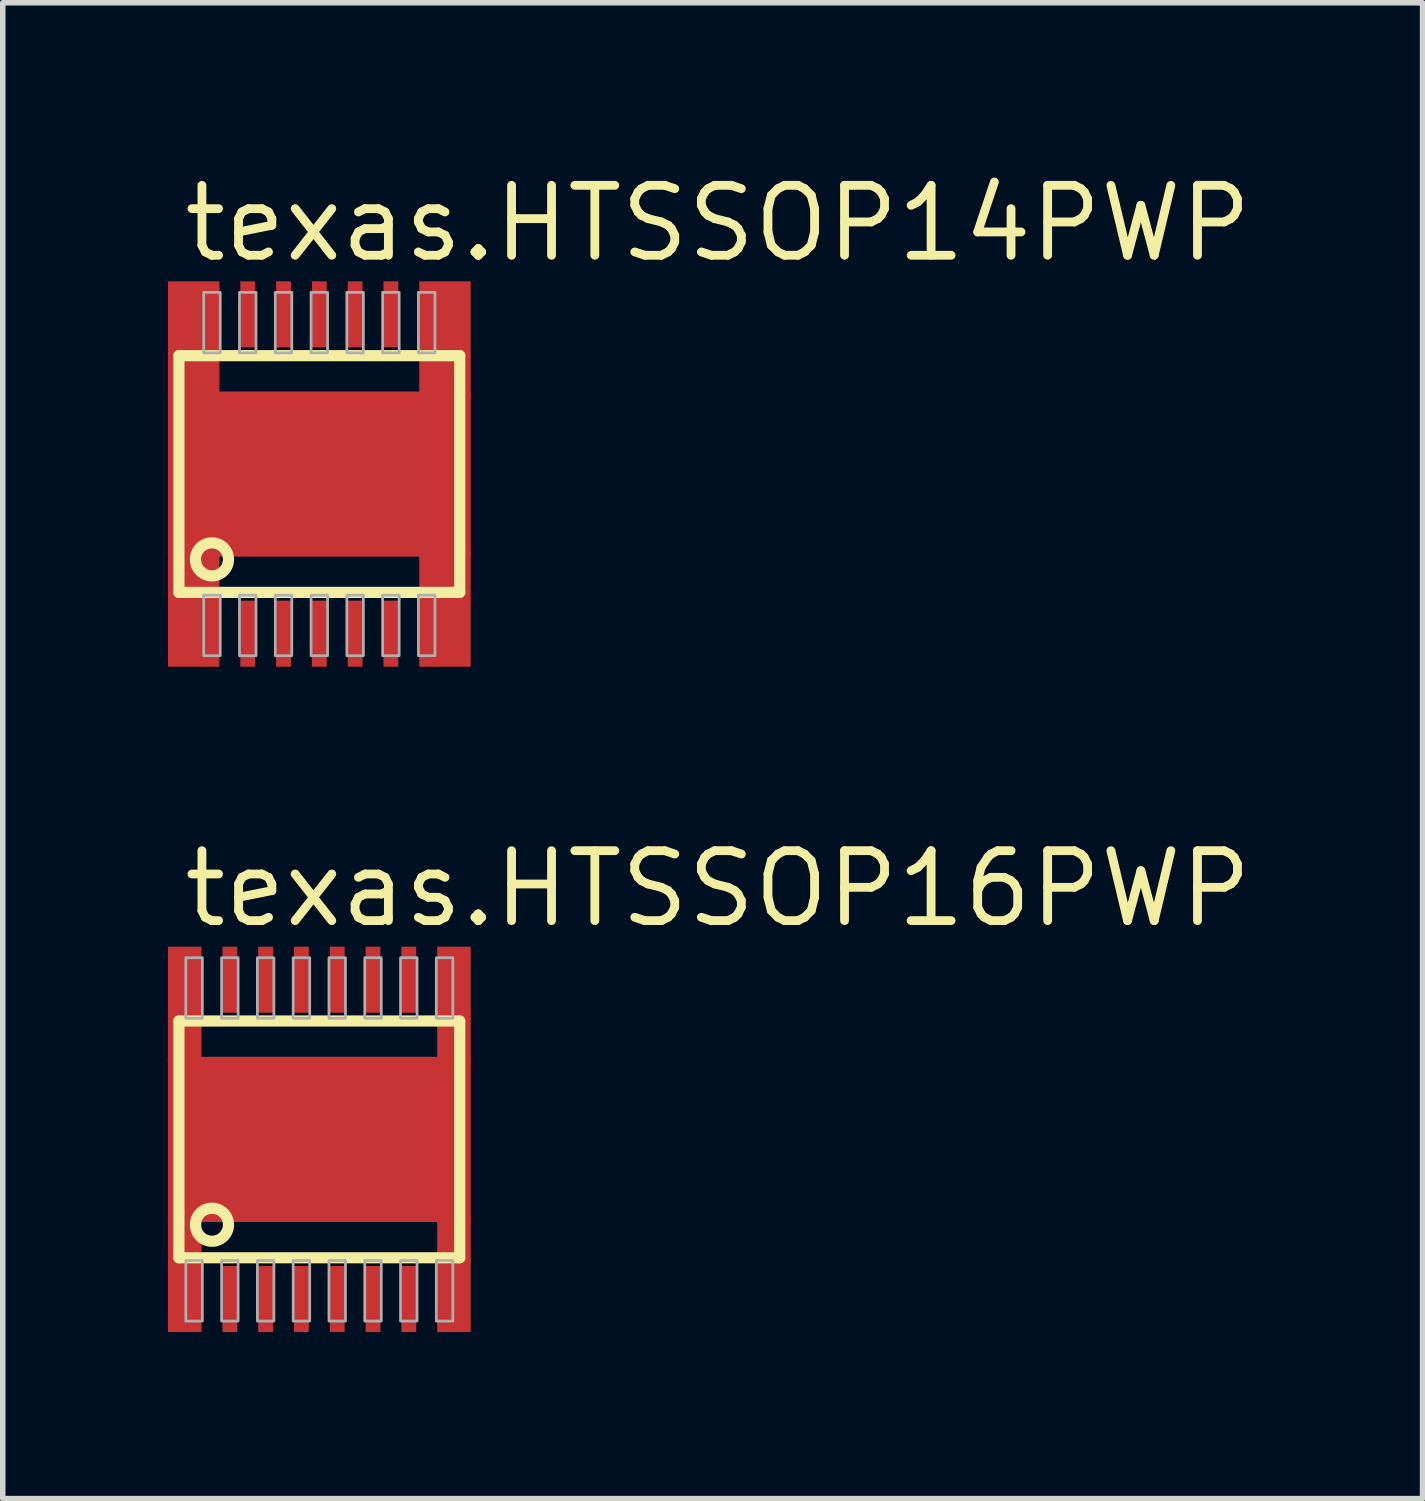
<source format=kicad_pcb>
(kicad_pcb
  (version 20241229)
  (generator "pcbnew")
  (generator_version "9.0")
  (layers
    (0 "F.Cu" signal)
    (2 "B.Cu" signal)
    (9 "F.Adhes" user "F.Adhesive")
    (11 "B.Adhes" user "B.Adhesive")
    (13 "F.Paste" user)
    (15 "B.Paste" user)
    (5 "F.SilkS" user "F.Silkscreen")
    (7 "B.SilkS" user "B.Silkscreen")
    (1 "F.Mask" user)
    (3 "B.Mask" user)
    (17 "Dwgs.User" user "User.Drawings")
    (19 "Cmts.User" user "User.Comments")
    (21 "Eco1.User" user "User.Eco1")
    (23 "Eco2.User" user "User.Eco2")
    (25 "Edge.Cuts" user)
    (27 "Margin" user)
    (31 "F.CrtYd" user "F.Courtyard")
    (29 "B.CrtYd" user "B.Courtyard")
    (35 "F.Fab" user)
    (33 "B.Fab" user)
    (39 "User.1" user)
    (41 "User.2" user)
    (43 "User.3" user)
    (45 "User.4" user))
  (footprint "texas.HTSSOP14PWP"
    (layer "F.Cu")
    (at 2.75 5.56)
    (property "Reference" "texas.HTSSOP14PWP" (at -2.54 -3.81 0) (layer "F.SilkS") (effects (font (size 1.27 1.27) (thickness 0.16)) (justify left bottom)))
    (attr smd)
    (fp_rect (start -2.085 -2.3) (end -1.815 -3.5) (stroke (width 0.05) (type default)) (fill yes) (layer "F.Mask"))
    (fp_rect (start -2.085 3.5) (end -1.815 2.3) (stroke (width 0.05) (type default)) (fill yes) (layer "F.Mask"))
    (fp_rect (start -1.89 1.3) (end 1.89 -1.3) (stroke (width 0.05) (type default)) (fill yes) (layer "F.Mask"))
    (fp_rect (start -1.435 -2.3) (end -1.165 -3.5) (stroke (width 0.05) (type default)) (fill yes) (layer "F.Mask"))
    (fp_rect (start -1.435 3.5) (end -1.165 2.3) (stroke (width 0.05) (type default)) (fill yes) (layer "F.Mask"))
    (fp_rect (start -0.785 -2.3) (end -0.515 -3.5) (stroke (width 0.05) (type default)) (fill yes) (layer "F.Mask"))
    (fp_rect (start -0.785 3.5) (end -0.515 2.3) (stroke (width 0.05) (type default)) (fill yes) (layer "F.Mask"))
    (fp_rect (start -0.135 -2.3) (end 0.135 -3.5) (stroke (width 0.05) (type default)) (fill yes) (layer "F.Mask"))
    (fp_rect (start -0.135 3.5) (end 0.135 2.3) (stroke (width 0.05) (type default)) (fill yes) (layer "F.Mask"))
    (fp_rect (start 0.515 -2.3) (end 0.785 -3.5) (stroke (width 0.05) (type default)) (fill yes) (layer "F.Mask"))
    (fp_rect (start 0.515 3.5) (end 0.785 2.3) (stroke (width 0.05) (type default)) (fill yes) (layer "F.Mask"))
    (fp_rect (start 1.165 -2.3) (end 1.435 -3.5) (stroke (width 0.05) (type default)) (fill yes) (layer "F.Mask"))
    (fp_rect (start 1.165 3.5) (end 1.435 2.3) (stroke (width 0.05) (type default)) (fill yes) (layer "F.Mask"))
    (fp_rect (start 1.815 -2.3) (end 2.085 -3.5) (stroke (width 0.05) (type default)) (fill yes) (layer "F.Mask"))
    (fp_rect (start 1.815 3.5) (end 2.085 2.3) (stroke (width 0.05) (type default)) (fill yes) (layer "F.Mask"))
    (fp_line (start -2.55 -2.15) (end 2.55 -2.15) (stroke (width 0.203) (type default)) (layer "F.SilkS"))
    (fp_line (start -2.55 2.15) (end -2.55 -2.15) (stroke (width 0.203) (type default)) (layer "F.SilkS"))
    (fp_line (start 2.55 -2.15) (end 2.55 2.15) (stroke (width 0.203) (type default)) (layer "F.SilkS"))
    (fp_line (start 2.55 2.15) (end -2.55 2.15) (stroke (width 0.203) (type default)) (layer "F.SilkS"))
    (fp_circle (center -1.95 1.55) (end -1.65 1.55) (stroke (width 0.203) (type default)) (fill no) (layer "F.SilkS"))
    (fp_rect (start -2.08 -2.34) (end -1.82 -3.46) (stroke (width 0.05) (type default)) (fill yes) (layer "F.Paste"))
    (fp_rect (start -2.08 3.46) (end -1.82 2.34) (stroke (width 0.05) (type default)) (fill yes) (layer "F.Paste"))
    (fp_rect (start -1.7 1.1) (end 1.7 -1.1) (stroke (width 0.05) (type default)) (fill yes) (layer "F.Paste"))
    (fp_rect (start -1.43 -2.34) (end -1.17 -3.46) (stroke (width 0.05) (type default)) (fill yes) (layer "F.Paste"))
    (fp_rect (start -1.43 3.46) (end -1.17 2.34) (stroke (width 0.05) (type default)) (fill yes) (layer "F.Paste"))
    (fp_rect (start -0.78 -2.34) (end -0.52 -3.46) (stroke (width 0.05) (type default)) (fill yes) (layer "F.Paste"))
    (fp_rect (start -0.78 3.46) (end -0.52 2.34) (stroke (width 0.05) (type default)) (fill yes) (layer "F.Paste"))
    (fp_rect (start -0.13 -2.34) (end 0.13 -3.46) (stroke (width 0.05) (type default)) (fill yes) (layer "F.Paste"))
    (fp_rect (start -0.13 3.46) (end 0.13 2.34) (stroke (width 0.05) (type default)) (fill yes) (layer "F.Paste"))
    (fp_rect (start 0.52 -2.34) (end 0.78 -3.46) (stroke (width 0.05) (type default)) (fill yes) (layer "F.Paste"))
    (fp_rect (start 0.52 3.46) (end 0.78 2.34) (stroke (width 0.05) (type default)) (fill yes) (layer "F.Paste"))
    (fp_rect (start 1.17 -2.34) (end 1.43 -3.46) (stroke (width 0.05) (type default)) (fill yes) (layer "F.Paste"))
    (fp_rect (start 1.17 3.46) (end 1.43 2.34) (stroke (width 0.05) (type default)) (fill yes) (layer "F.Paste"))
    (fp_rect (start 1.82 -2.34) (end 2.08 -3.46) (stroke (width 0.05) (type default)) (fill yes) (layer "F.Paste"))
    (fp_rect (start 1.82 3.46) (end 2.08 2.34) (stroke (width 0.05) (type default)) (fill yes) (layer "F.Paste"))
    (fp_rect (start -2.1 -2.2) (end -1.8 -3.3) (stroke (width 0.05) (type default)) (fill no) (layer "F.Fab"))
    (fp_rect (start -2.1 3.3) (end -1.8 2.2) (stroke (width 0.05) (type default)) (fill no) (layer "F.Fab"))
    (fp_rect (start -1.45 -2.2) (end -1.15 -3.3) (stroke (width 0.05) (type default)) (fill no) (layer "F.Fab"))
    (fp_rect (start -1.45 3.3) (end -1.15 2.2) (stroke (width 0.05) (type default)) (fill no) (layer "F.Fab"))
    (fp_rect (start -0.8 -2.2) (end -0.5 -3.3) (stroke (width 0.05) (type default)) (fill no) (layer "F.Fab"))
    (fp_rect (start -0.8 3.3) (end -0.5 2.2) (stroke (width 0.05) (type default)) (fill no) (layer "F.Fab"))
    (fp_rect (start -0.15 -2.2) (end 0.15 -3.3) (stroke (width 0.05) (type default)) (fill no) (layer "F.Fab"))
    (fp_rect (start -0.15 3.3) (end 0.15 2.2) (stroke (width 0.05) (type default)) (fill no) (layer "F.Fab"))
    (fp_rect (start 0.5 -2.2) (end 0.8 -3.3) (stroke (width 0.05) (type default)) (fill no) (layer "F.Fab"))
    (fp_rect (start 0.5 3.3) (end 0.8 2.2) (stroke (width 0.05) (type default)) (fill no) (layer "F.Fab"))
    (fp_rect (start 1.15 -2.2) (end 1.45 -3.3) (stroke (width 0.05) (type default)) (fill no) (layer "F.Fab"))
    (fp_rect (start 1.15 3.3) (end 1.45 2.2) (stroke (width 0.05) (type default)) (fill no) (layer "F.Fab"))
    (fp_rect (start 1.8 -2.2) (end 2.1 -3.3) (stroke (width 0.05) (type default)) (fill no) (layer "F.Fab"))
    (fp_rect (start 1.8 3.3) (end 2.1 2.2) (stroke (width 0.05) (type default)) (fill no) (layer "F.Fab"))
    (pad "1" smd roundrect (at -2.282 2.45) (size 0.935 2.1) (layers "F.Cu" "F.Mask" "F.Paste") (roundrect_rratio 0.01))
    (pad "2" smd roundrect (at -1.3 2.9) (size 0.27 1.2) (layers "F.Cu" "F.Mask" "F.Paste") (roundrect_rratio 0.01))
    (pad "3" smd roundrect (at -0.65 2.9) (size 0.27 1.2) (layers "F.Cu" "F.Mask" "F.Paste") (roundrect_rratio 0.01))
    (pad "4" smd roundrect (at 0 2.9) (size 0.27 1.2) (layers "F.Cu" "F.Mask" "F.Paste") (roundrect_rratio 0.01))
    (pad "5" smd roundrect (at 0.65 2.9) (size 0.27 1.2) (layers "F.Cu" "F.Mask" "F.Paste") (roundrect_rratio 0.01))
    (pad "6" smd roundrect (at 1.3 2.9) (size 0.27 1.2) (layers "F.Cu" "F.Mask" "F.Paste") (roundrect_rratio 0.01))
    (pad "7" smd roundrect (at 2.282 2.45) (size 0.935 2.1) (layers "F.Cu" "F.Mask" "F.Paste") (roundrect_rratio 0.01))
    (pad "8" smd roundrect (at 2.282 -2.45 180) (size 0.935 2.1) (layers "F.Cu" "F.Mask" "F.Paste") (roundrect_rratio 0.01))
    (pad "9" smd roundrect (at 1.3 -2.9 180) (size 0.27 1.2) (layers "F.Cu" "F.Mask" "F.Paste") (roundrect_rratio 0.01))
    (pad "10" smd roundrect (at 0.65 -2.9 180) (size 0.27 1.2) (layers "F.Cu" "F.Mask" "F.Paste") (roundrect_rratio 0.01))
    (pad "11" smd roundrect (at 0 -2.9 180) (size 0.27 1.2) (layers "F.Cu" "F.Mask" "F.Paste") (roundrect_rratio 0.01))
    (pad "12" smd roundrect (at -0.65 -2.9 180) (size 0.27 1.2) (layers "F.Cu" "F.Mask" "F.Paste") (roundrect_rratio 0.01))
    (pad "13" smd roundrect (at -1.3 -2.9 180) (size 0.27 1.2) (layers "F.Cu" "F.Mask" "F.Paste") (roundrect_rratio 0.01))
    (pad "14" smd roundrect (at -2.282 -2.45 180) (size 0.935 2.1) (layers "F.Cu" "F.Mask" "F.Paste") (roundrect_rratio 0.01))
    (pad "EXP" smd roundrect (at 0 0) (size 5.5 3) (layers "F.Cu" "F.Mask" "F.Paste") (roundrect_rratio 0.01)))
  (footprint "texas.HTSSOP16PWP"
    (layer "F.Cu")
    (at 2.75 17.645)
    (property "Reference" "texas.HTSSOP16PWP" (at -2.54 -3.81 0) (layer "F.SilkS") (effects (font (size 1.27 1.27) (thickness 0.16)) (justify left bottom)))
    (attr smd)
    (fp_rect (start -2.41 -2.3) (end -2.14 -3.5) (stroke (width 0.05) (type default)) (fill yes) (layer "F.Mask"))
    (fp_rect (start -2.41 3.5) (end -2.14 2.3) (stroke (width 0.05) (type default)) (fill yes) (layer "F.Mask"))
    (fp_rect (start -1.89 1.3) (end 1.89 -1.3) (stroke (width 0.05) (type default)) (fill yes) (layer "F.Mask"))
    (fp_rect (start -1.76 -2.3) (end -1.49 -3.5) (stroke (width 0.05) (type default)) (fill yes) (layer "F.Mask"))
    (fp_rect (start -1.76 3.5) (end -1.49 2.3) (stroke (width 0.05) (type default)) (fill yes) (layer "F.Mask"))
    (fp_rect (start -1.11 -2.3) (end -0.84 -3.5) (stroke (width 0.05) (type default)) (fill yes) (layer "F.Mask"))
    (fp_rect (start -1.11 3.5) (end -0.84 2.3) (stroke (width 0.05) (type default)) (fill yes) (layer "F.Mask"))
    (fp_rect (start -0.46 -2.3) (end -0.19 -3.5) (stroke (width 0.05) (type default)) (fill yes) (layer "F.Mask"))
    (fp_rect (start -0.46 3.5) (end -0.19 2.3) (stroke (width 0.05) (type default)) (fill yes) (layer "F.Mask"))
    (fp_rect (start 0.19 -2.3) (end 0.46 -3.5) (stroke (width 0.05) (type default)) (fill yes) (layer "F.Mask"))
    (fp_rect (start 0.19 3.5) (end 0.46 2.3) (stroke (width 0.05) (type default)) (fill yes) (layer "F.Mask"))
    (fp_rect (start 0.84 -2.3) (end 1.11 -3.5) (stroke (width 0.05) (type default)) (fill yes) (layer "F.Mask"))
    (fp_rect (start 0.84 3.5) (end 1.11 2.3) (stroke (width 0.05) (type default)) (fill yes) (layer "F.Mask"))
    (fp_rect (start 1.49 -2.3) (end 1.76 -3.5) (stroke (width 0.05) (type default)) (fill yes) (layer "F.Mask"))
    (fp_rect (start 1.49 3.5) (end 1.76 2.3) (stroke (width 0.05) (type default)) (fill yes) (layer "F.Mask"))
    (fp_rect (start 2.14 -2.3) (end 2.41 -3.5) (stroke (width 0.05) (type default)) (fill yes) (layer "F.Mask"))
    (fp_rect (start 2.14 3.5) (end 2.41 2.3) (stroke (width 0.05) (type default)) (fill yes) (layer "F.Mask"))
    (fp_line (start -2.55 -2.15) (end 2.55 -2.15) (stroke (width 0.203) (type default)) (layer "F.SilkS"))
    (fp_line (start -2.55 2.15) (end -2.55 -2.15) (stroke (width 0.203) (type default)) (layer "F.SilkS"))
    (fp_line (start 2.55 -2.15) (end 2.55 2.15) (stroke (width 0.203) (type default)) (layer "F.SilkS"))
    (fp_line (start 2.55 2.15) (end -2.55 2.15) (stroke (width 0.203) (type default)) (layer "F.SilkS"))
    (fp_circle (center -1.95 1.55) (end -1.65 1.55) (stroke (width 0.203) (type default)) (fill no) (layer "F.SilkS"))
    (fp_rect (start -2.4 -2.31) (end -2.15 -3.48) (stroke (width 0.05) (type default)) (fill yes) (layer "F.Paste"))
    (fp_rect (start -2.4 3.48) (end -2.15 2.31) (stroke (width 0.05) (type default)) (fill yes) (layer "F.Paste"))
    (fp_rect (start -1.8 1.2) (end 1.8 -1.2) (stroke (width 0.05) (type default)) (fill yes) (layer "F.Paste"))
    (fp_rect (start -1.75 -2.31) (end -1.5 -3.48) (stroke (width 0.05) (type default)) (fill yes) (layer "F.Paste"))
    (fp_rect (start -1.75 3.48) (end -1.5 2.31) (stroke (width 0.05) (type default)) (fill yes) (layer "F.Paste"))
    (fp_rect (start -1.1 -2.31) (end -0.85 -3.48) (stroke (width 0.05) (type default)) (fill yes) (layer "F.Paste"))
    (fp_rect (start -1.1 3.48) (end -0.85 2.31) (stroke (width 0.05) (type default)) (fill yes) (layer "F.Paste"))
    (fp_rect (start -0.45 -2.31) (end -0.2 -3.48) (stroke (width 0.05) (type default)) (fill yes) (layer "F.Paste"))
    (fp_rect (start -0.45 3.48) (end -0.2 2.31) (stroke (width 0.05) (type default)) (fill yes) (layer "F.Paste"))
    (fp_rect (start 0.2 -2.31) (end 0.45 -3.48) (stroke (width 0.05) (type default)) (fill yes) (layer "F.Paste"))
    (fp_rect (start 0.2 3.48) (end 0.45 2.31) (stroke (width 0.05) (type default)) (fill yes) (layer "F.Paste"))
    (fp_rect (start 0.85 -2.31) (end 1.1 -3.48) (stroke (width 0.05) (type default)) (fill yes) (layer "F.Paste"))
    (fp_rect (start 0.85 3.48) (end 1.1 2.31) (stroke (width 0.05) (type default)) (fill yes) (layer "F.Paste"))
    (fp_rect (start 1.5 -2.31) (end 1.75 -3.48) (stroke (width 0.05) (type default)) (fill yes) (layer "F.Paste"))
    (fp_rect (start 1.5 3.48) (end 1.75 2.31) (stroke (width 0.05) (type default)) (fill yes) (layer "F.Paste"))
    (fp_rect (start 2.15 -2.31) (end 2.4 -3.48) (stroke (width 0.05) (type default)) (fill yes) (layer "F.Paste"))
    (fp_rect (start 2.15 3.48) (end 2.4 2.31) (stroke (width 0.05) (type default)) (fill yes) (layer "F.Paste"))
    (fp_rect (start -2.425 -2.2) (end -2.125 -3.3) (stroke (width 0.05) (type default)) (fill no) (layer "F.Fab"))
    (fp_rect (start -2.425 3.3) (end -2.125 2.2) (stroke (width 0.05) (type default)) (fill no) (layer "F.Fab"))
    (fp_rect (start -1.775 -2.2) (end -1.475 -3.3) (stroke (width 0.05) (type default)) (fill no) (layer "F.Fab"))
    (fp_rect (start -1.775 3.3) (end -1.475 2.2) (stroke (width 0.05) (type default)) (fill no) (layer "F.Fab"))
    (fp_rect (start -1.125 -2.2) (end -0.825 -3.3) (stroke (width 0.05) (type default)) (fill no) (layer "F.Fab"))
    (fp_rect (start -1.125 3.3) (end -0.825 2.2) (stroke (width 0.05) (type default)) (fill no) (layer "F.Fab"))
    (fp_rect (start -0.475 -2.2) (end -0.175 -3.3) (stroke (width 0.05) (type default)) (fill no) (layer "F.Fab"))
    (fp_rect (start -0.475 3.3) (end -0.175 2.2) (stroke (width 0.05) (type default)) (fill no) (layer "F.Fab"))
    (fp_rect (start 0.175 -2.2) (end 0.475 -3.3) (stroke (width 0.05) (type default)) (fill no) (layer "F.Fab"))
    (fp_rect (start 0.175 3.3) (end 0.475 2.2) (stroke (width 0.05) (type default)) (fill no) (layer "F.Fab"))
    (fp_rect (start 0.825 -2.2) (end 1.125 -3.3) (stroke (width 0.05) (type default)) (fill no) (layer "F.Fab"))
    (fp_rect (start 0.825 3.3) (end 1.125 2.2) (stroke (width 0.05) (type default)) (fill no) (layer "F.Fab"))
    (fp_rect (start 1.475 -2.2) (end 1.775 -3.3) (stroke (width 0.05) (type default)) (fill no) (layer "F.Fab"))
    (fp_rect (start 1.475 3.3) (end 1.775 2.2) (stroke (width 0.05) (type default)) (fill no) (layer "F.Fab"))
    (fp_rect (start 2.125 -2.2) (end 2.425 -3.3) (stroke (width 0.05) (type default)) (fill no) (layer "F.Fab"))
    (fp_rect (start 2.125 3.3) (end 2.425 2.2) (stroke (width 0.05) (type default)) (fill no) (layer "F.Fab"))
    (pad "1" smd roundrect (at -2.445 2.45) (size 0.61 2.1) (layers "F.Cu" "F.Mask" "F.Paste") (roundrect_rratio 0.01))
    (pad "2" smd roundrect (at -1.625 2.9) (size 0.27 1.2) (layers "F.Cu" "F.Mask" "F.Paste") (roundrect_rratio 0.01))
    (pad "3" smd roundrect (at -0.975 2.9) (size 0.27 1.2) (layers "F.Cu" "F.Mask" "F.Paste") (roundrect_rratio 0.01))
    (pad "4" smd roundrect (at -0.325 2.9) (size 0.27 1.2) (layers "F.Cu" "F.Mask" "F.Paste") (roundrect_rratio 0.01))
    (pad "5" smd roundrect (at 0.325 2.9) (size 0.27 1.2) (layers "F.Cu" "F.Mask" "F.Paste") (roundrect_rratio 0.01))
    (pad "6" smd roundrect (at 0.975 2.9) (size 0.27 1.2) (layers "F.Cu" "F.Mask" "F.Paste") (roundrect_rratio 0.01))
    (pad "7" smd roundrect (at 1.625 2.9) (size 0.27 1.2) (layers "F.Cu" "F.Mask" "F.Paste") (roundrect_rratio 0.01))
    (pad "8" smd roundrect (at 2.445 2.45) (size 0.61 2.1) (layers "F.Cu" "F.Mask" "F.Paste") (roundrect_rratio 0.01))
    (pad "9" smd roundrect (at 2.445 -2.45 180) (size 0.61 2.1) (layers "F.Cu" "F.Mask" "F.Paste") (roundrect_rratio 0.01))
    (pad "10" smd roundrect (at 1.625 -2.9 180) (size 0.27 1.2) (layers "F.Cu" "F.Mask" "F.Paste") (roundrect_rratio 0.01))
    (pad "11" smd roundrect (at 0.975 -2.9 180) (size 0.27 1.2) (layers "F.Cu" "F.Mask" "F.Paste") (roundrect_rratio 0.01))
    (pad "12" smd roundrect (at 0.325 -2.9 180) (size 0.27 1.2) (layers "F.Cu" "F.Mask" "F.Paste") (roundrect_rratio 0.01))
    (pad "13" smd roundrect (at -0.325 -2.9 180) (size 0.27 1.2) (layers "F.Cu" "F.Mask" "F.Paste") (roundrect_rratio 0.01))
    (pad "14" smd roundrect (at -0.975 -2.9 180) (size 0.27 1.2) (layers "F.Cu" "F.Mask" "F.Paste") (roundrect_rratio 0.01))
    (pad "15" smd roundrect (at -1.625 -2.9 180) (size 0.27 1.2) (layers "F.Cu" "F.Mask" "F.Paste") (roundrect_rratio 0.01))
    (pad "16" smd roundrect (at -2.445 -2.45 180) (size 0.61 2.1) (layers "F.Cu" "F.Mask" "F.Paste") (roundrect_rratio 0.01))
    (pad "EXP" smd roundrect (at 0 0) (size 5.5 3) (layers "F.Cu" "F.Mask" "F.Paste") (roundrect_rratio 0.01)))
  (gr_rect
    (start -3 -3)
    (end 22.788 24.17)
    (stroke (width 0.1) (type default))
    (fill no)
    (layer "Edge.Cuts")))
</source>
